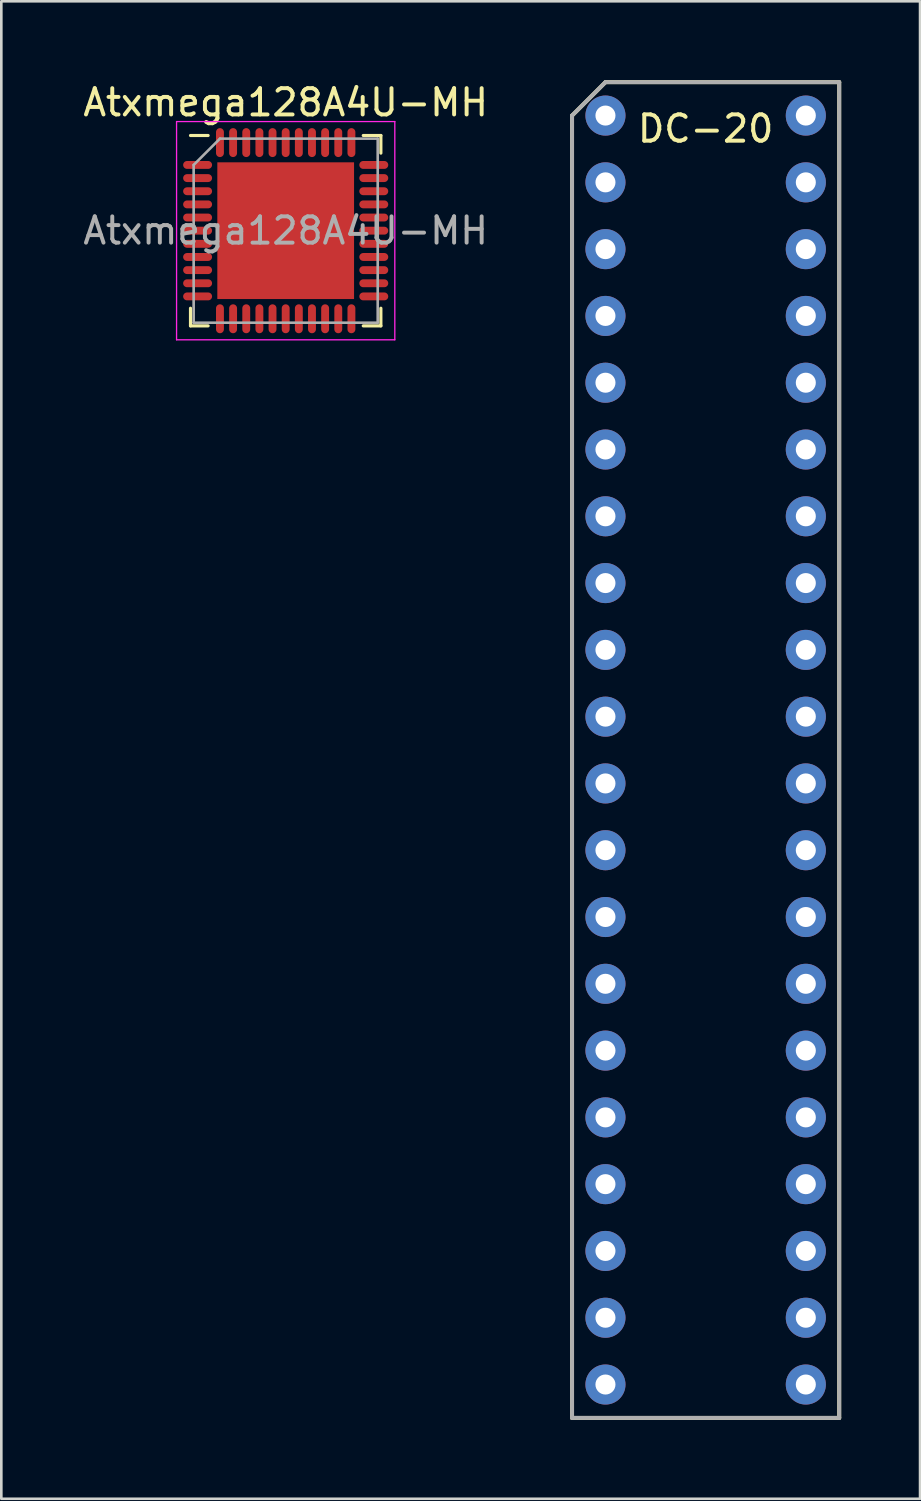
<source format=kicad_pcb>
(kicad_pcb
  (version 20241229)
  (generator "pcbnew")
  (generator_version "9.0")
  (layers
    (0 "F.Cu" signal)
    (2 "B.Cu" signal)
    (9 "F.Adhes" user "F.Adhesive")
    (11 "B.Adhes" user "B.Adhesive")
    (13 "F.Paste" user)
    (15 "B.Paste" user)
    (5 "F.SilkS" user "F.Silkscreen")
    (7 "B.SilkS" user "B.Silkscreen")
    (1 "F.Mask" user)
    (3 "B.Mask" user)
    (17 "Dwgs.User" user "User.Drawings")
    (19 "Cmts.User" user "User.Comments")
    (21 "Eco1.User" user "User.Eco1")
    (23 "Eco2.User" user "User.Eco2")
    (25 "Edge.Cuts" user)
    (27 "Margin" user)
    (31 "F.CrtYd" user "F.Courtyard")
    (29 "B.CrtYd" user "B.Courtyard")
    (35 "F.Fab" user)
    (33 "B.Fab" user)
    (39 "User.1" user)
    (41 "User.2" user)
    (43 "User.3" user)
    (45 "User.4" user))
  (footprint "DC-20"
    (layer "F.Cu")
    (at 23.786 24.205)
    (property "Reference" "DC-20" (at 0 -22.36 0) (layer "F.SilkS") (effects (font (size 1 1) (thickness 0.15))))
    (attr through_hole)
    (fp_line (start -5.08 -22.86) (end -3.81 -24.13) (stroke (width 0.15) (type solid)) (layer "F.SilkS"))
    (fp_line (start -5.08 26.67) (end -5.08 -22.86) (stroke (width 0.15) (type solid)) (layer "F.SilkS"))
    (fp_line (start -3.81 -24.13) (end 5.08 -24.13) (stroke (width 0.15) (type solid)) (layer "F.SilkS"))
    (fp_line (start 5.08 -24.13) (end 5.08 26.67) (stroke (width 0.15) (type solid)) (layer "F.SilkS"))
    (fp_line (start 5.08 26.67) (end -5.08 26.67) (stroke (width 0.15) (type solid)) (layer "F.SilkS"))
    (fp_line (start -5.08 -22.86) (end -3.81 -24.13) (stroke (width 0.15) (type solid)) (layer "F.Fab"))
    (fp_line (start -5.08 26.67) (end -5.08 -22.86) (stroke (width 0.15) (type solid)) (layer "F.Fab"))
    (fp_line (start -3.81 -24.13) (end 5.08 -24.13) (stroke (width 0.15) (type solid)) (layer "F.Fab"))
    (fp_line (start 5.08 -24.13) (end 5.08 26.67) (stroke (width 0.15) (type solid)) (layer "F.Fab"))
    (fp_line (start 5.08 26.67) (end -5.08 26.67) (stroke (width 0.15) (type solid)) (layer "F.Fab"))
    (pad "1" thru_hole circle (at -3.81 -22.86) (size 1.524 1.524) (drill 0.762) (layers "*.Cu" "*.Mask"))
    (pad "2" thru_hole circle (at -3.81 -20.32) (size 1.524 1.524) (drill 0.762) (layers "*.Cu" "*.Mask"))
    (pad "3" thru_hole circle (at -3.81 -17.78) (size 1.524 1.524) (drill 0.762) (layers "*.Cu" "*.Mask"))
    (pad "4" thru_hole circle (at -3.81 -15.24) (size 1.524 1.524) (drill 0.762) (layers "*.Cu" "*.Mask"))
    (pad "5" thru_hole circle (at -3.81 -12.7) (size 1.524 1.524) (drill 0.762) (layers "*.Cu" "*.Mask"))
    (pad "6" thru_hole circle (at -3.81 -10.16) (size 1.524 1.524) (drill 0.762) (layers "*.Cu" "*.Mask"))
    (pad "7" thru_hole circle (at -3.81 -7.62) (size 1.524 1.524) (drill 0.762) (layers "*.Cu" "*.Mask"))
    (pad "8" thru_hole circle (at -3.81 -5.08) (size 1.524 1.524) (drill 0.762) (layers "*.Cu" "*.Mask"))
    (pad "9" thru_hole circle (at -3.81 -2.54) (size 1.524 1.524) (drill 0.762) (layers "*.Cu" "*.Mask"))
    (pad "10" thru_hole circle (at -3.81 0) (size 1.524 1.524) (drill 0.762) (layers "*.Cu" "*.Mask"))
    (pad "11" thru_hole circle (at -3.81 2.54) (size 1.524 1.524) (drill 0.762) (layers "*.Cu" "*.Mask"))
    (pad "12" thru_hole circle (at -3.81 5.08) (size 1.524 1.524) (drill 0.762) (layers "*.Cu" "*.Mask"))
    (pad "13" thru_hole circle (at -3.81 7.62) (size 1.524 1.524) (drill 0.762) (layers "*.Cu" "*.Mask"))
    (pad "14" thru_hole circle (at -3.81 10.16) (size 1.524 1.524) (drill 0.762) (layers "*.Cu" "*.Mask"))
    (pad "15" thru_hole circle (at -3.81 12.7) (size 1.524 1.524) (drill 0.762) (layers "*.Cu" "*.Mask"))
    (pad "16" thru_hole circle (at -3.81 15.24) (size 1.524 1.524) (drill 0.762) (layers "*.Cu" "*.Mask"))
    (pad "17" thru_hole circle (at -3.81 17.78) (size 1.524 1.524) (drill 0.762) (layers "*.Cu" "*.Mask"))
    (pad "18" thru_hole circle (at -3.81 20.32) (size 1.524 1.524) (drill 0.762) (layers "*.Cu" "*.Mask"))
    (pad "19" thru_hole circle (at -3.81 22.86) (size 1.524 1.524) (drill 0.762) (layers "*.Cu" "*.Mask"))
    (pad "20" thru_hole circle (at -3.81 25.4) (size 1.524 1.524) (drill 0.762) (layers "*.Cu" "*.Mask"))
    (pad "21" thru_hole circle (at 3.81 25.4) (size 1.524 1.524) (drill 0.762) (layers "*.Cu" "*.Mask"))
    (pad "22" thru_hole circle (at 3.81 22.86) (size 1.524 1.524) (drill 0.762) (layers "*.Cu" "*.Mask"))
    (pad "23" thru_hole circle (at 3.81 20.32) (size 1.524 1.524) (drill 0.762) (layers "*.Cu" "*.Mask"))
    (pad "24" thru_hole circle (at 3.81 17.78) (size 1.524 1.524) (drill 0.762) (layers "*.Cu" "*.Mask"))
    (pad "25" thru_hole circle (at 3.81 15.24) (size 1.524 1.524) (drill 0.762) (layers "*.Cu" "*.Mask"))
    (pad "26" thru_hole circle (at 3.81 12.7) (size 1.524 1.524) (drill 0.762) (layers "*.Cu" "*.Mask"))
    (pad "27" thru_hole circle (at 3.81 10.16) (size 1.524 1.524) (drill 0.762) (layers "*.Cu" "*.Mask"))
    (pad "28" thru_hole circle (at 3.81 7.62) (size 1.524 1.524) (drill 0.762) (layers "*.Cu" "*.Mask"))
    (pad "29" thru_hole circle (at 3.81 5.08) (size 1.524 1.524) (drill 0.762) (layers "*.Cu" "*.Mask"))
    (pad "30" thru_hole circle (at 3.81 2.54) (size 1.524 1.524) (drill 0.762) (layers "*.Cu" "*.Mask"))
    (pad "31" thru_hole circle (at 3.81 0) (size 1.524 1.524) (drill 0.762) (layers "*.Cu" "*.Mask"))
    (pad "32" thru_hole circle (at 3.81 -2.54) (size 1.524 1.524) (drill 0.762) (layers "*.Cu" "*.Mask"))
    (pad "33" thru_hole circle (at 3.81 -5.08) (size 1.524 1.524) (drill 0.762) (layers "*.Cu" "*.Mask"))
    (pad "34" thru_hole circle (at 3.81 -7.62) (size 1.524 1.524) (drill 0.762) (layers "*.Cu" "*.Mask"))
    (pad "35" thru_hole circle (at 3.81 -10.16) (size 1.524 1.524) (drill 0.762) (layers "*.Cu" "*.Mask"))
    (pad "36" thru_hole circle (at 3.81 -12.7) (size 1.524 1.524) (drill 0.762) (layers "*.Cu" "*.Mask"))
    (pad "37" thru_hole circle (at 3.81 -15.24) (size 1.524 1.524) (drill 0.762) (layers "*.Cu" "*.Mask"))
    (pad "38" thru_hole circle (at 3.81 -17.78) (size 1.524 1.524) (drill 0.762) (layers "*.Cu" "*.Mask"))
    (pad "39" thru_hole circle (at 3.81 -20.32) (size 1.524 1.524) (drill 0.762) (layers "*.Cu" "*.Mask"))
    (pad "40" thru_hole circle (at 3.81 -22.86) (size 1.524 1.524) (drill 0.762) (layers "*.Cu" "*.Mask")))
  (footprint "Atxmega128A4U-MH"
    (layer "F.Cu")
    (at 7.815 5.723)
    (property "Reference" "Atxmega128A4U-MH" (at 0 -4.875 0) (layer "F.SilkS") (effects (font (size 1 1) (thickness 0.15))))
    (attr smd)
    (fp_line (start -3.62 -3.62) (end -2.95 -3.62) (stroke (width 0.12) (type solid)) (layer "F.SilkS"))
    (fp_line (start -3.62 3.62) (end -3.62 2.95) (stroke (width 0.12) (type solid)) (layer "F.SilkS"))
    (fp_line (start -3.62 3.62) (end -2.95 3.62) (stroke (width 0.12) (type solid)) (layer "F.SilkS"))
    (fp_line (start 3.62 -3.62) (end 2.95 -3.62) (stroke (width 0.12) (type solid)) (layer "F.SilkS"))
    (fp_line (start 3.62 -3.62) (end 3.62 -2.95) (stroke (width 0.12) (type solid)) (layer "F.SilkS"))
    (fp_line (start 3.62 3.62) (end 2.95 3.62) (stroke (width 0.12) (type solid)) (layer "F.SilkS"))
    (fp_line (start 3.62 3.62) (end 3.62 2.95) (stroke (width 0.12) (type solid)) (layer "F.SilkS"))
    (fp_line (start -4.15 -4.15) (end -4.15 4.15) (stroke (width 0.05) (type solid)) (layer "F.CrtYd"))
    (fp_line (start -4.15 -4.15) (end 4.15 -4.15) (stroke (width 0.05) (type solid)) (layer "F.CrtYd"))
    (fp_line (start -4.15 4.15) (end 4.15 4.15) (stroke (width 0.05) (type solid)) (layer "F.CrtYd"))
    (fp_line (start 4.15 -4.15) (end 4.15 4.15) (stroke (width 0.05) (type solid)) (layer "F.CrtYd"))
    (fp_line (start -3.5 -2.5) (end -2.5 -3.5) (stroke (width 0.1) (type solid)) (layer "F.Fab"))
    (fp_line (start -3.5 3.5) (end -3.5 -2.5) (stroke (width 0.1) (type solid)) (layer "F.Fab"))
    (fp_line (start -2.5 -3.5) (end 3.5 -3.5) (stroke (width 0.1) (type solid)) (layer "F.Fab"))
    (fp_line (start 3.5 -3.5) (end 3.5 3.5) (stroke (width 0.1) (type solid)) (layer "F.Fab"))
    (fp_line (start 3.5 3.5) (end -3.5 3.5) (stroke (width 0.1) (type solid)) (layer "F.Fab"))
    (fp_text user "${REFERENCE}" (at 0 0 0) (layer "F.Fab") (effects (font (size 1 1) (thickness 0.15))))
    (pad "" smd rect (at -2.06 -2.06) (size 0.83 0.83) (layers "F.Paste"))
    (pad "" smd rect (at -2.06 -1.03) (size 0.83 0.83) (layers "F.Paste"))
    (pad "" smd rect (at -2.06 0) (size 0.83 0.83) (layers "F.Paste"))
    (pad "" smd rect (at -2.06 1.03) (size 0.83 0.83) (layers "F.Paste"))
    (pad "" smd rect (at -2.06 2.06) (size 0.83 0.83) (layers "F.Paste"))
    (pad "" smd rect (at -1.03 -2.06) (size 0.83 0.83) (layers "F.Paste"))
    (pad "" smd rect (at -1.03 -1.03) (size 0.83 0.83) (layers "F.Paste"))
    (pad "" smd rect (at -1.03 0) (size 0.83 0.83) (layers "F.Paste"))
    (pad "" smd rect (at -1.03 1.03) (size 0.83 0.83) (layers "F.Paste"))
    (pad "" smd rect (at -1.03 2.06) (size 0.83 0.83) (layers "F.Paste"))
    (pad "" smd rect (at 0 -2.06) (size 0.83 0.83) (layers "F.Paste"))
    (pad "" smd rect (at 0 -1.03) (size 0.83 0.83) (layers "F.Paste"))
    (pad "" smd rect (at 0 0) (size 0.83 0.83) (layers "F.Paste"))
    (pad "" smd rect (at 0 1.03) (size 0.83 0.83) (layers "F.Paste"))
    (pad "" smd rect (at 0 2.06) (size 0.83 0.83) (layers "F.Paste"))
    (pad "" smd rect (at 1.03 -2.06) (size 0.83 0.83) (layers "F.Paste"))
    (pad "" smd rect (at 1.03 -1.03) (size 0.83 0.83) (layers "F.Paste"))
    (pad "" smd rect (at 1.03 0) (size 0.83 0.83) (layers "F.Paste"))
    (pad "" smd rect (at 1.03 1.03) (size 0.83 0.83) (layers "F.Paste"))
    (pad "" smd rect (at 1.03 2.06) (size 0.83 0.83) (layers "F.Paste"))
    (pad "" smd rect (at 2.06 -2.06) (size 0.83 0.83) (layers "F.Paste"))
    (pad "" smd rect (at 2.06 -1.03) (size 0.83 0.83) (layers "F.Paste"))
    (pad "" smd rect (at 2.06 0) (size 0.83 0.83) (layers "F.Paste"))
    (pad "" smd rect (at 2.06 1.03) (size 0.83 0.83) (layers "F.Paste"))
    (pad "" smd rect (at 2.06 2.06) (size 0.83 0.83) (layers "F.Paste"))
    (pad "1" smd oval (at -3.35 -2.5) (size 1.1 0.3) (layers "F.Cu" "F.Mask" "F.Paste"))
    (pad "2" smd oval (at -3.35 -2) (size 1.1 0.3) (layers "F.Cu" "F.Mask" "F.Paste"))
    (pad "3" smd oval (at -3.35 -1.5) (size 1.1 0.3) (layers "F.Cu" "F.Mask" "F.Paste"))
    (pad "4" smd oval (at -3.35 -1) (size 1.1 0.3) (layers "F.Cu" "F.Mask" "F.Paste"))
    (pad "5" smd oval (at -3.35 -0.5) (size 1.1 0.3) (layers "F.Cu" "F.Mask" "F.Paste"))
    (pad "6" smd oval (at -3.35 0) (size 1.1 0.3) (layers "F.Cu" "F.Mask" "F.Paste"))
    (pad "7" smd oval (at -3.35 0.5) (size 1.1 0.3) (layers "F.Cu" "F.Mask" "F.Paste"))
    (pad "8" smd oval (at -3.35 1) (size 1.1 0.3) (layers "F.Cu" "F.Mask" "F.Paste"))
    (pad "9" smd oval (at -3.35 1.5) (size 1.1 0.3) (layers "F.Cu" "F.Mask" "F.Paste"))
    (pad "10" smd oval (at -3.35 2) (size 1.1 0.3) (layers "F.Cu" "F.Mask" "F.Paste"))
    (pad "11" smd oval (at -3.35 2.5) (size 1.1 0.3) (layers "F.Cu" "F.Mask" "F.Paste"))
    (pad "12" smd oval (at -2.5 3.35 90) (size 1.1 0.3) (layers "F.Cu" "F.Mask" "F.Paste"))
    (pad "13" smd oval (at -2 3.35 90) (size 1.1 0.3) (layers "F.Cu" "F.Mask" "F.Paste"))
    (pad "14" smd oval (at -1.5 3.35 90) (size 1.1 0.3) (layers "F.Cu" "F.Mask" "F.Paste"))
    (pad "15" smd oval (at -1 3.35 90) (size 1.1 0.3) (layers "F.Cu" "F.Mask" "F.Paste"))
    (pad "16" smd oval (at -0.5 3.35 90) (size 1.1 0.3) (layers "F.Cu" "F.Mask" "F.Paste"))
    (pad "17" smd oval (at 0 3.35 90) (size 1.1 0.3) (layers "F.Cu" "F.Mask" "F.Paste"))
    (pad "18" smd oval (at 0.5 3.35 90) (size 1.1 0.3) (layers "F.Cu" "F.Mask" "F.Paste"))
    (pad "19" smd oval (at 1 3.35 90) (size 1.1 0.3) (layers "F.Cu" "F.Mask" "F.Paste"))
    (pad "20" smd oval (at 1.5 3.35 90) (size 1.1 0.3) (layers "F.Cu" "F.Mask" "F.Paste"))
    (pad "21" smd oval (at 2 3.35 90) (size 1.1 0.3) (layers "F.Cu" "F.Mask" "F.Paste"))
    (pad "22" smd oval (at 2.5 3.35 90) (size 1.1 0.3) (layers "F.Cu" "F.Mask" "F.Paste"))
    (pad "23" smd oval (at 3.35 2.5) (size 1.1 0.3) (layers "F.Cu" "F.Mask" "F.Paste"))
    (pad "24" smd oval (at 3.35 2) (size 1.1 0.3) (layers "F.Cu" "F.Mask" "F.Paste"))
    (pad "25" smd oval (at 3.35 1.5) (size 1.1 0.3) (layers "F.Cu" "F.Mask" "F.Paste"))
    (pad "26" smd oval (at 3.35 1) (size 1.1 0.3) (layers "F.Cu" "F.Mask" "F.Paste"))
    (pad "27" smd oval (at 3.35 0.5) (size 1.1 0.3) (layers "F.Cu" "F.Mask" "F.Paste"))
    (pad "28" smd oval (at 3.35 0) (size 1.1 0.3) (layers "F.Cu" "F.Mask" "F.Paste"))
    (pad "29" smd oval (at 3.35 -0.5) (size 1.1 0.3) (layers "F.Cu" "F.Mask" "F.Paste"))
    (pad "30" smd oval (at 3.35 -1) (size 1.1 0.3) (layers "F.Cu" "F.Mask" "F.Paste"))
    (pad "31" smd oval (at 3.35 -1.5) (size 1.1 0.3) (layers "F.Cu" "F.Mask" "F.Paste"))
    (pad "32" smd oval (at 3.35 -2) (size 1.1 0.3) (layers "F.Cu" "F.Mask" "F.Paste"))
    (pad "33" smd oval (at 3.35 -2.5) (size 1.1 0.3) (layers "F.Cu" "F.Mask" "F.Paste"))
    (pad "34" smd oval (at 2.5 -3.35 90) (size 1.1 0.3) (layers "F.Cu" "F.Mask" "F.Paste"))
    (pad "35" smd oval (at 2 -3.35 90) (size 1.1 0.3) (layers "F.Cu" "F.Mask" "F.Paste"))
    (pad "36" smd oval (at 1.5 -3.35 90) (size 1.1 0.3) (layers "F.Cu" "F.Mask" "F.Paste"))
    (pad "37" smd oval (at 1 -3.35 90) (size 1.1 0.3) (layers "F.Cu" "F.Mask" "F.Paste"))
    (pad "38" smd oval (at 0.5 -3.35 90) (size 1.1 0.3) (layers "F.Cu" "F.Mask" "F.Paste"))
    (pad "39" smd oval (at 0 -3.35 90) (size 1.1 0.3) (layers "F.Cu" "F.Mask" "F.Paste"))
    (pad "40" smd oval (at -0.5 -3.35 90) (size 1.1 0.3) (layers "F.Cu" "F.Mask" "F.Paste"))
    (pad "41" smd oval (at -1 -3.35 90) (size 1.1 0.3) (layers "F.Cu" "F.Mask" "F.Paste"))
    (pad "42" smd oval (at -1.5 -3.35 90) (size 1.1 0.3) (layers "F.Cu" "F.Mask" "F.Paste"))
    (pad "43" smd oval (at -2 -3.35 90) (size 1.1 0.3) (layers "F.Cu" "F.Mask" "F.Paste"))
    (pad "44" smd oval (at -2.5 -3.35 90) (size 1.1 0.3) (layers "F.Cu" "F.Mask" "F.Paste"))
    (pad "45" smd rect (at 0 0) (size 5.2 5.2) (layers "F.Cu" "F.Mask")))
  (gr_rect
    (start -3 -3)
    (end 31.941 53.95)
    (stroke (width 0.1) (type default))
    (fill no)
    (layer "Edge.Cuts")))
</source>
